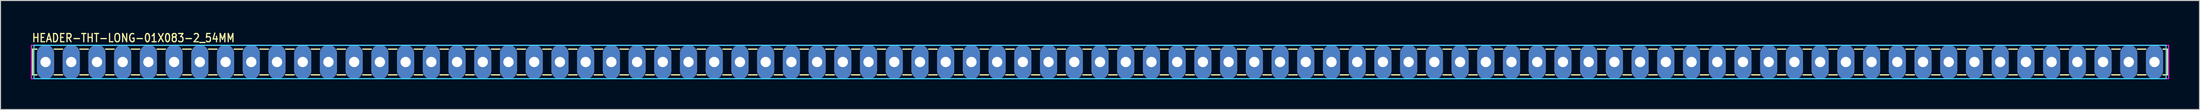
<source format=kicad_pcb>
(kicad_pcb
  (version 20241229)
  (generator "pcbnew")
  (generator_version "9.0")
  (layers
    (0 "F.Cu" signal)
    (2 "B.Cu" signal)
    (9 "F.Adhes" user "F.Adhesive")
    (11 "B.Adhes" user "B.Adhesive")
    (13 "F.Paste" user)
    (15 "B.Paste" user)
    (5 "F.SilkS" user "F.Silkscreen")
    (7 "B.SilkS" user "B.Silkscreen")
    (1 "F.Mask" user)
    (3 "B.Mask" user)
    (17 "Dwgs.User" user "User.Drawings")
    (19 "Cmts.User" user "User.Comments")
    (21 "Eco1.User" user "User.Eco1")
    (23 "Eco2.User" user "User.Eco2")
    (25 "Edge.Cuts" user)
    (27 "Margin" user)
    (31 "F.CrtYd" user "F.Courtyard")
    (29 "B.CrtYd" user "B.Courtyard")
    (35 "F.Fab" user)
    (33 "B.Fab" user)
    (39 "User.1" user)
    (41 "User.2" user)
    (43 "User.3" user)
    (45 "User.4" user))
  (footprint "HEADER-THT-LONG-01X083-2_54MM"
    (layer "F.Cu")
    (at 1.447 3.079)
    (property "Reference" "HEADER-THT-LONG-01X083-2_54MM" (at -1.4 -1.9 0) (unlocked yes) (layer "F.SilkS") (effects (font (size 0.813 0.695) (thickness 0.122)) (justify left bottom)))
    (fp_line (start -1.27 -1.27) (end -1.27 1.27) (stroke (width 0.127) (type solid)) (layer "F.SilkS"))
    (fp_line (start -1.27 1.27) (end -0.85 1.27) (stroke (width 0.127) (type solid)) (layer "F.SilkS"))
    (fp_line (start -0.85 -1.27) (end -1.27 -1.27) (stroke (width 0.127) (type solid)) (layer "F.SilkS"))
    (fp_line (start 0.85 -1.27) (end 1.69 -1.27) (stroke (width 0.127) (type solid)) (layer "F.SilkS"))
    (fp_line (start 0.85 1.27) (end 1.69 1.27) (stroke (width 0.127) (type solid)) (layer "F.SilkS"))
    (fp_line (start 3.39 -1.27) (end 4.23 -1.27) (stroke (width 0.127) (type solid)) (layer "F.SilkS"))
    (fp_line (start 3.39 1.27) (end 4.23 1.27) (stroke (width 0.127) (type solid)) (layer "F.SilkS"))
    (fp_line (start 5.93 -1.27) (end 6.77 -1.27) (stroke (width 0.127) (type solid)) (layer "F.SilkS"))
    (fp_line (start 5.93 1.27) (end 6.77 1.27) (stroke (width 0.127) (type solid)) (layer "F.SilkS"))
    (fp_line (start 8.47 -1.27) (end 9.31 -1.27) (stroke (width 0.127) (type solid)) (layer "F.SilkS"))
    (fp_line (start 8.47 1.27) (end 9.31 1.27) (stroke (width 0.127) (type solid)) (layer "F.SilkS"))
    (fp_line (start 11.01 -1.27) (end 11.85 -1.27) (stroke (width 0.127) (type solid)) (layer "F.SilkS"))
    (fp_line (start 11.01 1.27) (end 11.85 1.27) (stroke (width 0.127) (type solid)) (layer "F.SilkS"))
    (fp_line (start 13.55 -1.27) (end 14.39 -1.27) (stroke (width 0.127) (type solid)) (layer "F.SilkS"))
    (fp_line (start 13.55 1.27) (end 14.39 1.27) (stroke (width 0.127) (type solid)) (layer "F.SilkS"))
    (fp_line (start 16.09 -1.27) (end 16.93 -1.27) (stroke (width 0.127) (type solid)) (layer "F.SilkS"))
    (fp_line (start 16.09 1.27) (end 16.93 1.27) (stroke (width 0.127) (type solid)) (layer "F.SilkS"))
    (fp_line (start 18.63 -1.27) (end 19.47 -1.27) (stroke (width 0.127) (type solid)) (layer "F.SilkS"))
    (fp_line (start 18.63 1.27) (end 19.47 1.27) (stroke (width 0.127) (type solid)) (layer "F.SilkS"))
    (fp_line (start 21.17 -1.27) (end 22.01 -1.27) (stroke (width 0.127) (type solid)) (layer "F.SilkS"))
    (fp_line (start 21.17 1.27) (end 22.01 1.27) (stroke (width 0.127) (type solid)) (layer "F.SilkS"))
    (fp_line (start 23.71 -1.27) (end 24.55 -1.27) (stroke (width 0.127) (type solid)) (layer "F.SilkS"))
    (fp_line (start 23.71 1.27) (end 24.55 1.27) (stroke (width 0.127) (type solid)) (layer "F.SilkS"))
    (fp_line (start 26.25 -1.27) (end 27.09 -1.27) (stroke (width 0.127) (type solid)) (layer "F.SilkS"))
    (fp_line (start 26.25 1.27) (end 27.09 1.27) (stroke (width 0.127) (type solid)) (layer "F.SilkS"))
    (fp_line (start 28.79 -1.27) (end 29.63 -1.27) (stroke (width 0.127) (type solid)) (layer "F.SilkS"))
    (fp_line (start 28.79 1.27) (end 29.63 1.27) (stroke (width 0.127) (type solid)) (layer "F.SilkS"))
    (fp_line (start 31.33 -1.27) (end 32.17 -1.27) (stroke (width 0.127) (type solid)) (layer "F.SilkS"))
    (fp_line (start 31.33 1.27) (end 32.17 1.27) (stroke (width 0.127) (type solid)) (layer "F.SilkS"))
    (fp_line (start 33.87 -1.27) (end 34.71 -1.27) (stroke (width 0.127) (type solid)) (layer "F.SilkS"))
    (fp_line (start 33.87 1.27) (end 34.71 1.27) (stroke (width 0.127) (type solid)) (layer "F.SilkS"))
    (fp_line (start 36.41 -1.27) (end 37.25 -1.27) (stroke (width 0.127) (type solid)) (layer "F.SilkS"))
    (fp_line (start 36.41 1.27) (end 37.25 1.27) (stroke (width 0.127) (type solid)) (layer "F.SilkS"))
    (fp_line (start 38.95 -1.27) (end 39.79 -1.27) (stroke (width 0.127) (type solid)) (layer "F.SilkS"))
    (fp_line (start 38.95 1.27) (end 39.79 1.27) (stroke (width 0.127) (type solid)) (layer "F.SilkS"))
    (fp_line (start 41.49 -1.27) (end 42.33 -1.27) (stroke (width 0.127) (type solid)) (layer "F.SilkS"))
    (fp_line (start 41.49 1.27) (end 42.33 1.27) (stroke (width 0.127) (type solid)) (layer "F.SilkS"))
    (fp_line (start 44.03 -1.27) (end 44.87 -1.27) (stroke (width 0.127) (type solid)) (layer "F.SilkS"))
    (fp_line (start 44.03 1.27) (end 44.87 1.27) (stroke (width 0.127) (type solid)) (layer "F.SilkS"))
    (fp_line (start 46.57 -1.27) (end 47.41 -1.27) (stroke (width 0.127) (type solid)) (layer "F.SilkS"))
    (fp_line (start 46.57 1.27) (end 47.41 1.27) (stroke (width 0.127) (type solid)) (layer "F.SilkS"))
    (fp_line (start 49.11 -1.27) (end 49.95 -1.27) (stroke (width 0.127) (type solid)) (layer "F.SilkS"))
    (fp_line (start 49.11 1.27) (end 49.95 1.27) (stroke (width 0.127) (type solid)) (layer "F.SilkS"))
    (fp_line (start 51.65 -1.27) (end 52.49 -1.27) (stroke (width 0.127) (type solid)) (layer "F.SilkS"))
    (fp_line (start 51.65 1.27) (end 52.49 1.27) (stroke (width 0.127) (type solid)) (layer "F.SilkS"))
    (fp_line (start 54.19 -1.27) (end 55.03 -1.27) (stroke (width 0.127) (type solid)) (layer "F.SilkS"))
    (fp_line (start 54.19 1.27) (end 55.03 1.27) (stroke (width 0.127) (type solid)) (layer "F.SilkS"))
    (fp_line (start 56.73 -1.27) (end 57.57 -1.27) (stroke (width 0.127) (type solid)) (layer "F.SilkS"))
    (fp_line (start 56.73 1.27) (end 57.57 1.27) (stroke (width 0.127) (type solid)) (layer "F.SilkS"))
    (fp_line (start 59.27 -1.27) (end 60.11 -1.27) (stroke (width 0.127) (type solid)) (layer "F.SilkS"))
    (fp_line (start 59.27 1.27) (end 60.11 1.27) (stroke (width 0.127) (type solid)) (layer "F.SilkS"))
    (fp_line (start 61.81 -1.27) (end 62.65 -1.27) (stroke (width 0.127) (type solid)) (layer "F.SilkS"))
    (fp_line (start 61.81 1.27) (end 62.65 1.27) (stroke (width 0.127) (type solid)) (layer "F.SilkS"))
    (fp_line (start 64.35 -1.27) (end 65.19 -1.27) (stroke (width 0.127) (type solid)) (layer "F.SilkS"))
    (fp_line (start 64.35 1.27) (end 65.19 1.27) (stroke (width 0.127) (type solid)) (layer "F.SilkS"))
    (fp_line (start 66.89 -1.27) (end 67.73 -1.27) (stroke (width 0.127) (type solid)) (layer "F.SilkS"))
    (fp_line (start 66.89 1.27) (end 67.73 1.27) (stroke (width 0.127) (type solid)) (layer "F.SilkS"))
    (fp_line (start 69.43 -1.27) (end 70.27 -1.27) (stroke (width 0.127) (type solid)) (layer "F.SilkS"))
    (fp_line (start 69.43 1.27) (end 70.27 1.27) (stroke (width 0.127) (type solid)) (layer "F.SilkS"))
    (fp_line (start 71.97 -1.27) (end 72.81 -1.27) (stroke (width 0.127) (type solid)) (layer "F.SilkS"))
    (fp_line (start 71.97 1.27) (end 72.81 1.27) (stroke (width 0.127) (type solid)) (layer "F.SilkS"))
    (fp_line (start 74.51 -1.27) (end 75.35 -1.27) (stroke (width 0.127) (type solid)) (layer "F.SilkS"))
    (fp_line (start 74.51 1.27) (end 75.35 1.27) (stroke (width 0.127) (type solid)) (layer "F.SilkS"))
    (fp_line (start 77.05 -1.27) (end 77.89 -1.27) (stroke (width 0.127) (type solid)) (layer "F.SilkS"))
    (fp_line (start 77.05 1.27) (end 77.89 1.27) (stroke (width 0.127) (type solid)) (layer "F.SilkS"))
    (fp_line (start 79.59 -1.27) (end 80.43 -1.27) (stroke (width 0.127) (type solid)) (layer "F.SilkS"))
    (fp_line (start 79.59 1.27) (end 80.43 1.27) (stroke (width 0.127) (type solid)) (layer "F.SilkS"))
    (fp_line (start 82.13 -1.27) (end 82.97 -1.27) (stroke (width 0.127) (type solid)) (layer "F.SilkS"))
    (fp_line (start 82.13 1.27) (end 82.97 1.27) (stroke (width 0.127) (type solid)) (layer "F.SilkS"))
    (fp_line (start 84.67 -1.27) (end 85.51 -1.27) (stroke (width 0.127) (type solid)) (layer "F.SilkS"))
    (fp_line (start 84.67 1.27) (end 85.51 1.27) (stroke (width 0.127) (type solid)) (layer "F.SilkS"))
    (fp_line (start 87.21 -1.27) (end 88.05 -1.27) (stroke (width 0.127) (type solid)) (layer "F.SilkS"))
    (fp_line (start 87.21 1.27) (end 88.05 1.27) (stroke (width 0.127) (type solid)) (layer "F.SilkS"))
    (fp_line (start 89.75 -1.27) (end 90.59 -1.27) (stroke (width 0.127) (type solid)) (layer "F.SilkS"))
    (fp_line (start 89.75 1.27) (end 90.59 1.27) (stroke (width 0.127) (type solid)) (layer "F.SilkS"))
    (fp_line (start 92.29 -1.27) (end 93.13 -1.27) (stroke (width 0.127) (type solid)) (layer "F.SilkS"))
    (fp_line (start 92.29 1.27) (end 93.13 1.27) (stroke (width 0.127) (type solid)) (layer "F.SilkS"))
    (fp_line (start 94.83 -1.27) (end 95.67 -1.27) (stroke (width 0.127) (type solid)) (layer "F.SilkS"))
    (fp_line (start 94.83 1.27) (end 95.67 1.27) (stroke (width 0.127) (type solid)) (layer "F.SilkS"))
    (fp_line (start 97.37 -1.27) (end 98.21 -1.27) (stroke (width 0.127) (type solid)) (layer "F.SilkS"))
    (fp_line (start 97.37 1.27) (end 98.21 1.27) (stroke (width 0.127) (type solid)) (layer "F.SilkS"))
    (fp_line (start 99.91 -1.27) (end 100.75 -1.27) (stroke (width 0.127) (type solid)) (layer "F.SilkS"))
    (fp_line (start 99.91 1.27) (end 100.75 1.27) (stroke (width 0.127) (type solid)) (layer "F.SilkS"))
    (fp_line (start 102.45 -1.27) (end 103.29 -1.27) (stroke (width 0.127) (type solid)) (layer "F.SilkS"))
    (fp_line (start 102.45 1.27) (end 103.29 1.27) (stroke (width 0.127) (type solid)) (layer "F.SilkS"))
    (fp_line (start 104.99 -1.27) (end 105.83 -1.27) (stroke (width 0.127) (type solid)) (layer "F.SilkS"))
    (fp_line (start 104.99 1.27) (end 105.83 1.27) (stroke (width 0.127) (type solid)) (layer "F.SilkS"))
    (fp_line (start 107.53 -1.27) (end 108.37 -1.27) (stroke (width 0.127) (type solid)) (layer "F.SilkS"))
    (fp_line (start 107.53 1.27) (end 108.37 1.27) (stroke (width 0.127) (type solid)) (layer "F.SilkS"))
    (fp_line (start 110.07 -1.27) (end 110.91 -1.27) (stroke (width 0.127) (type solid)) (layer "F.SilkS"))
    (fp_line (start 110.07 1.27) (end 110.91 1.27) (stroke (width 0.127) (type solid)) (layer "F.SilkS"))
    (fp_line (start 112.61 -1.27) (end 113.45 -1.27) (stroke (width 0.127) (type solid)) (layer "F.SilkS"))
    (fp_line (start 112.61 1.27) (end 113.45 1.27) (stroke (width 0.127) (type solid)) (layer "F.SilkS"))
    (fp_line (start 115.15 -1.27) (end 115.99 -1.27) (stroke (width 0.127) (type solid)) (layer "F.SilkS"))
    (fp_line (start 115.15 1.27) (end 115.99 1.27) (stroke (width 0.127) (type solid)) (layer "F.SilkS"))
    (fp_line (start 117.69 -1.27) (end 118.53 -1.27) (stroke (width 0.127) (type solid)) (layer "F.SilkS"))
    (fp_line (start 117.69 1.27) (end 118.53 1.27) (stroke (width 0.127) (type solid)) (layer "F.SilkS"))
    (fp_line (start 120.23 -1.27) (end 121.07 -1.27) (stroke (width 0.127) (type solid)) (layer "F.SilkS"))
    (fp_line (start 120.23 1.27) (end 121.07 1.27) (stroke (width 0.127) (type solid)) (layer "F.SilkS"))
    (fp_line (start 122.77 -1.27) (end 123.61 -1.27) (stroke (width 0.127) (type solid)) (layer "F.SilkS"))
    (fp_line (start 122.77 1.27) (end 123.61 1.27) (stroke (width 0.127) (type solid)) (layer "F.SilkS"))
    (fp_line (start 125.31 -1.27) (end 126.15 -1.27) (stroke (width 0.127) (type solid)) (layer "F.SilkS"))
    (fp_line (start 125.31 1.27) (end 126.15 1.27) (stroke (width 0.127) (type solid)) (layer "F.SilkS"))
    (fp_line (start 127.85 -1.27) (end 128.69 -1.27) (stroke (width 0.127) (type solid)) (layer "F.SilkS"))
    (fp_line (start 127.85 1.27) (end 128.69 1.27) (stroke (width 0.127) (type solid)) (layer "F.SilkS"))
    (fp_line (start 130.39 -1.27) (end 131.23 -1.27) (stroke (width 0.127) (type solid)) (layer "F.SilkS"))
    (fp_line (start 130.39 1.27) (end 131.23 1.27) (stroke (width 0.127) (type solid)) (layer "F.SilkS"))
    (fp_line (start 132.93 -1.27) (end 133.77 -1.27) (stroke (width 0.127) (type solid)) (layer "F.SilkS"))
    (fp_line (start 132.93 1.27) (end 133.77 1.27) (stroke (width 0.127) (type solid)) (layer "F.SilkS"))
    (fp_line (start 135.47 -1.27) (end 136.31 -1.27) (stroke (width 0.127) (type solid)) (layer "F.SilkS"))
    (fp_line (start 135.47 1.27) (end 136.31 1.27) (stroke (width 0.127) (type solid)) (layer "F.SilkS"))
    (fp_line (start 138.01 -1.27) (end 138.85 -1.27) (stroke (width 0.127) (type solid)) (layer "F.SilkS"))
    (fp_line (start 138.01 1.27) (end 138.85 1.27) (stroke (width 0.127) (type solid)) (layer "F.SilkS"))
    (fp_line (start 140.55 -1.27) (end 141.39 -1.27) (stroke (width 0.127) (type solid)) (layer "F.SilkS"))
    (fp_line (start 140.55 1.27) (end 141.39 1.27) (stroke (width 0.127) (type solid)) (layer "F.SilkS"))
    (fp_line (start 143.09 -1.27) (end 143.93 -1.27) (stroke (width 0.127) (type solid)) (layer "F.SilkS"))
    (fp_line (start 143.09 1.27) (end 143.93 1.27) (stroke (width 0.127) (type solid)) (layer "F.SilkS"))
    (fp_line (start 145.63 -1.27) (end 146.47 -1.27) (stroke (width 0.127) (type solid)) (layer "F.SilkS"))
    (fp_line (start 145.63 1.27) (end 146.47 1.27) (stroke (width 0.127) (type solid)) (layer "F.SilkS"))
    (fp_line (start 148.17 -1.27) (end 149.01 -1.27) (stroke (width 0.127) (type solid)) (layer "F.SilkS"))
    (fp_line (start 148.17 1.27) (end 149.01 1.27) (stroke (width 0.127) (type solid)) (layer "F.SilkS"))
    (fp_line (start 150.71 -1.27) (end 151.55 -1.27) (stroke (width 0.127) (type solid)) (layer "F.SilkS"))
    (fp_line (start 150.71 1.27) (end 151.55 1.27) (stroke (width 0.127) (type solid)) (layer "F.SilkS"))
    (fp_line (start 153.25 -1.27) (end 154.09 -1.27) (stroke (width 0.127) (type solid)) (layer "F.SilkS"))
    (fp_line (start 153.25 1.27) (end 154.09 1.27) (stroke (width 0.127) (type solid)) (layer "F.SilkS"))
    (fp_line (start 155.79 -1.27) (end 156.63 -1.27) (stroke (width 0.127) (type solid)) (layer "F.SilkS"))
    (fp_line (start 155.79 1.27) (end 156.63 1.27) (stroke (width 0.127) (type solid)) (layer "F.SilkS"))
    (fp_line (start 158.33 -1.27) (end 159.17 -1.27) (stroke (width 0.127) (type solid)) (layer "F.SilkS"))
    (fp_line (start 158.33 1.27) (end 159.17 1.27) (stroke (width 0.127) (type solid)) (layer "F.SilkS"))
    (fp_line (start 160.87 -1.27) (end 161.71 -1.27) (stroke (width 0.127) (type solid)) (layer "F.SilkS"))
    (fp_line (start 160.87 1.27) (end 161.71 1.27) (stroke (width 0.127) (type solid)) (layer "F.SilkS"))
    (fp_line (start 163.41 -1.27) (end 164.25 -1.27) (stroke (width 0.127) (type solid)) (layer "F.SilkS"))
    (fp_line (start 163.41 1.27) (end 164.25 1.27) (stroke (width 0.127) (type solid)) (layer "F.SilkS"))
    (fp_line (start 165.95 -1.27) (end 166.79 -1.27) (stroke (width 0.127) (type solid)) (layer "F.SilkS"))
    (fp_line (start 165.95 1.27) (end 166.79 1.27) (stroke (width 0.127) (type solid)) (layer "F.SilkS"))
    (fp_line (start 168.49 -1.27) (end 169.33 -1.27) (stroke (width 0.127) (type solid)) (layer "F.SilkS"))
    (fp_line (start 168.49 1.27) (end 169.33 1.27) (stroke (width 0.127) (type solid)) (layer "F.SilkS"))
    (fp_line (start 171.03 -1.27) (end 171.87 -1.27) (stroke (width 0.127) (type solid)) (layer "F.SilkS"))
    (fp_line (start 171.03 1.27) (end 171.87 1.27) (stroke (width 0.127) (type solid)) (layer "F.SilkS"))
    (fp_line (start 173.57 -1.27) (end 174.41 -1.27) (stroke (width 0.127) (type solid)) (layer "F.SilkS"))
    (fp_line (start 173.57 1.27) (end 174.41 1.27) (stroke (width 0.127) (type solid)) (layer "F.SilkS"))
    (fp_line (start 176.11 -1.27) (end 176.95 -1.27) (stroke (width 0.127) (type solid)) (layer "F.SilkS"))
    (fp_line (start 176.11 1.27) (end 176.95 1.27) (stroke (width 0.127) (type solid)) (layer "F.SilkS"))
    (fp_line (start 178.65 -1.27) (end 179.49 -1.27) (stroke (width 0.127) (type solid)) (layer "F.SilkS"))
    (fp_line (start 178.65 1.27) (end 179.49 1.27) (stroke (width 0.127) (type solid)) (layer "F.SilkS"))
    (fp_line (start 181.19 -1.27) (end 182.03 -1.27) (stroke (width 0.127) (type solid)) (layer "F.SilkS"))
    (fp_line (start 181.19 1.27) (end 182.03 1.27) (stroke (width 0.127) (type solid)) (layer "F.SilkS"))
    (fp_line (start 183.73 -1.27) (end 184.57 -1.27) (stroke (width 0.127) (type solid)) (layer "F.SilkS"))
    (fp_line (start 183.73 1.27) (end 184.57 1.27) (stroke (width 0.127) (type solid)) (layer "F.SilkS"))
    (fp_line (start 186.27 -1.27) (end 187.11 -1.27) (stroke (width 0.127) (type solid)) (layer "F.SilkS"))
    (fp_line (start 186.27 1.27) (end 187.11 1.27) (stroke (width 0.127) (type solid)) (layer "F.SilkS"))
    (fp_line (start 188.81 -1.27) (end 189.65 -1.27) (stroke (width 0.127) (type solid)) (layer "F.SilkS"))
    (fp_line (start 188.81 1.27) (end 189.65 1.27) (stroke (width 0.127) (type solid)) (layer "F.SilkS"))
    (fp_line (start 191.35 -1.27) (end 192.19 -1.27) (stroke (width 0.127) (type solid)) (layer "F.SilkS"))
    (fp_line (start 191.35 1.27) (end 192.19 1.27) (stroke (width 0.127) (type solid)) (layer "F.SilkS"))
    (fp_line (start 193.89 -1.27) (end 194.73 -1.27) (stroke (width 0.127) (type solid)) (layer "F.SilkS"))
    (fp_line (start 193.89 1.27) (end 194.73 1.27) (stroke (width 0.127) (type solid)) (layer "F.SilkS"))
    (fp_line (start 196.43 -1.27) (end 197.27 -1.27) (stroke (width 0.127) (type solid)) (layer "F.SilkS"))
    (fp_line (start 196.43 1.27) (end 197.27 1.27) (stroke (width 0.127) (type solid)) (layer "F.SilkS"))
    (fp_line (start 198.97 -1.27) (end 199.81 -1.27) (stroke (width 0.127) (type solid)) (layer "F.SilkS"))
    (fp_line (start 198.97 1.27) (end 199.81 1.27) (stroke (width 0.127) (type solid)) (layer "F.SilkS"))
    (fp_line (start 201.51 -1.27) (end 202.35 -1.27) (stroke (width 0.127) (type solid)) (layer "F.SilkS"))
    (fp_line (start 201.51 1.27) (end 202.35 1.27) (stroke (width 0.127) (type solid)) (layer "F.SilkS"))
    (fp_line (start 204.05 -1.27) (end 204.89 -1.27) (stroke (width 0.127) (type solid)) (layer "F.SilkS"))
    (fp_line (start 204.05 1.27) (end 204.89 1.27) (stroke (width 0.127) (type solid)) (layer "F.SilkS"))
    (fp_line (start 206.59 -1.27) (end 207.43 -1.27) (stroke (width 0.127) (type solid)) (layer "F.SilkS"))
    (fp_line (start 206.59 1.27) (end 207.43 1.27) (stroke (width 0.127) (type solid)) (layer "F.SilkS"))
    (fp_line (start 209.13 -1.27) (end 209.55 -1.27) (stroke (width 0.127) (type solid)) (layer "F.SilkS"))
    (fp_line (start 209.55 -1.27) (end 209.55 1.27) (stroke (width 0.127) (type solid)) (layer "F.SilkS"))
    (fp_line (start 209.55 1.27) (end 209.13 1.27) (stroke (width 0.127) (type solid)) (layer "F.SilkS"))
    (fp_poly (pts (xy -1.143 -1.651) (xy 209.423 -1.651) (xy 209.423 1.651) (xy -1.143 1.651)) (stroke (width 0.1) (type solid)) (fill no) (layer "B.CrtYd"))
    (fp_poly (pts (xy -1.397 -1.651) (xy 209.677 -1.651) (xy 209.677 1.651) (xy -1.397 1.651)) (stroke (width 0.1) (type solid)) (fill no) (layer "F.CrtYd"))
    (pad "P$1" thru_hole oval (at 0 0 90) (size 3.387 1.693) (drill 1.016) (layers "*.Cu" "*.Mask"))
    (pad "P$2" thru_hole oval (at 2.54 0 90) (size 3.387 1.693) (drill 1.016) (layers "*.Cu" "*.Mask"))
    (pad "P$3" thru_hole oval (at 5.08 0 90) (size 3.387 1.693) (drill 1.016) (layers "*.Cu" "*.Mask"))
    (pad "P$4" thru_hole oval (at 7.62 0 90) (size 3.387 1.693) (drill 1.016) (layers "*.Cu" "*.Mask"))
    (pad "P$5" thru_hole oval (at 10.16 0 90) (size 3.387 1.693) (drill 1.016) (layers "*.Cu" "*.Mask"))
    (pad "P$6" thru_hole oval (at 12.7 0 90) (size 3.387 1.693) (drill 1.016) (layers "*.Cu" "*.Mask"))
    (pad "P$7" thru_hole oval (at 15.24 0 90) (size 3.387 1.693) (drill 1.016) (layers "*.Cu" "*.Mask"))
    (pad "P$8" thru_hole oval (at 17.78 0 90) (size 3.387 1.693) (drill 1.016) (layers "*.Cu" "*.Mask"))
    (pad "P$9" thru_hole oval (at 20.32 0 90) (size 3.387 1.693) (drill 1.016) (layers "*.Cu" "*.Mask"))
    (pad "P$10" thru_hole oval (at 22.86 0 90) (size 3.387 1.693) (drill 1.016) (layers "*.Cu" "*.Mask"))
    (pad "P$11" thru_hole oval (at 25.4 0 90) (size 3.387 1.693) (drill 1.016) (layers "*.Cu" "*.Mask"))
    (pad "P$12" thru_hole oval (at 27.94 0 90) (size 3.387 1.693) (drill 1.016) (layers "*.Cu" "*.Mask"))
    (pad "P$13" thru_hole oval (at 30.48 0 90) (size 3.387 1.693) (drill 1.016) (layers "*.Cu" "*.Mask"))
    (pad "P$14" thru_hole oval (at 33.02 0 90) (size 3.387 1.693) (drill 1.016) (layers "*.Cu" "*.Mask"))
    (pad "P$15" thru_hole oval (at 35.56 0 90) (size 3.387 1.693) (drill 1.016) (layers "*.Cu" "*.Mask"))
    (pad "P$16" thru_hole oval (at 38.1 0 90) (size 3.387 1.693) (drill 1.016) (layers "*.Cu" "*.Mask"))
    (pad "P$17" thru_hole oval (at 40.64 0 90) (size 3.387 1.693) (drill 1.016) (layers "*.Cu" "*.Mask"))
    (pad "P$18" thru_hole oval (at 43.18 0 90) (size 3.387 1.693) (drill 1.016) (layers "*.Cu" "*.Mask"))
    (pad "P$19" thru_hole oval (at 45.72 0 90) (size 3.387 1.693) (drill 1.016) (layers "*.Cu" "*.Mask"))
    (pad "P$20" thru_hole oval (at 48.26 0 90) (size 3.387 1.693) (drill 1.016) (layers "*.Cu" "*.Mask"))
    (pad "P$21" thru_hole oval (at 50.8 0 90) (size 3.387 1.693) (drill 1.016) (layers "*.Cu" "*.Mask"))
    (pad "P$22" thru_hole oval (at 53.34 0 90) (size 3.387 1.693) (drill 1.016) (layers "*.Cu" "*.Mask"))
    (pad "P$23" thru_hole oval (at 55.88 0 90) (size 3.387 1.693) (drill 1.016) (layers "*.Cu" "*.Mask"))
    (pad "P$24" thru_hole oval (at 58.42 0 90) (size 3.387 1.693) (drill 1.016) (layers "*.Cu" "*.Mask"))
    (pad "P$25" thru_hole oval (at 60.96 0 90) (size 3.387 1.693) (drill 1.016) (layers "*.Cu" "*.Mask"))
    (pad "P$26" thru_hole oval (at 63.5 0 90) (size 3.387 1.693) (drill 1.016) (layers "*.Cu" "*.Mask"))
    (pad "P$27" thru_hole oval (at 66.04 0 90) (size 3.387 1.693) (drill 1.016) (layers "*.Cu" "*.Mask"))
    (pad "P$28" thru_hole oval (at 68.58 0 90) (size 3.387 1.693) (drill 1.016) (layers "*.Cu" "*.Mask"))
    (pad "P$29" thru_hole oval (at 71.12 0 90) (size 3.387 1.693) (drill 1.016) (layers "*.Cu" "*.Mask"))
    (pad "P$30" thru_hole oval (at 73.66 0 90) (size 3.387 1.693) (drill 1.016) (layers "*.Cu" "*.Mask"))
    (pad "P$31" thru_hole oval (at 76.2 0 90) (size 3.387 1.693) (drill 1.016) (layers "*.Cu" "*.Mask"))
    (pad "P$32" thru_hole oval (at 78.74 0 90) (size 3.387 1.693) (drill 1.016) (layers "*.Cu" "*.Mask"))
    (pad "P$33" thru_hole oval (at 81.28 0 90) (size 3.387 1.693) (drill 1.016) (layers "*.Cu" "*.Mask"))
    (pad "P$34" thru_hole oval (at 83.82 0 90) (size 3.387 1.693) (drill 1.016) (layers "*.Cu" "*.Mask"))
    (pad "P$35" thru_hole oval (at 86.36 0 90) (size 3.387 1.693) (drill 1.016) (layers "*.Cu" "*.Mask"))
    (pad "P$36" thru_hole oval (at 88.9 0 90) (size 3.387 1.693) (drill 1.016) (layers "*.Cu" "*.Mask"))
    (pad "P$37" thru_hole oval (at 91.44 0 90) (size 3.387 1.693) (drill 1.016) (layers "*.Cu" "*.Mask"))
    (pad "P$38" thru_hole oval (at 93.98 0 90) (size 3.387 1.693) (drill 1.016) (layers "*.Cu" "*.Mask"))
    (pad "P$39" thru_hole oval (at 96.52 0 90) (size 3.387 1.693) (drill 1.016) (layers "*.Cu" "*.Mask"))
    (pad "P$40" thru_hole oval (at 99.06 0 90) (size 3.387 1.693) (drill 1.016) (layers "*.Cu" "*.Mask"))
    (pad "P$41" thru_hole oval (at 101.6 0 90) (size 3.387 1.693) (drill 1.016) (layers "*.Cu" "*.Mask"))
    (pad "P$42" thru_hole oval (at 104.14 0 90) (size 3.387 1.693) (drill 1.016) (layers "*.Cu" "*.Mask"))
    (pad "P$43" thru_hole oval (at 106.68 0 90) (size 3.387 1.693) (drill 1.016) (layers "*.Cu" "*.Mask"))
    (pad "P$44" thru_hole oval (at 109.22 0 90) (size 3.387 1.693) (drill 1.016) (layers "*.Cu" "*.Mask"))
    (pad "P$45" thru_hole oval (at 111.76 0 90) (size 3.387 1.693) (drill 1.016) (layers "*.Cu" "*.Mask"))
    (pad "P$46" thru_hole oval (at 114.3 0 90) (size 3.387 1.693) (drill 1.016) (layers "*.Cu" "*.Mask"))
    (pad "P$47" thru_hole oval (at 116.84 0 90) (size 3.387 1.693) (drill 1.016) (layers "*.Cu" "*.Mask"))
    (pad "P$48" thru_hole oval (at 119.38 0 90) (size 3.387 1.693) (drill 1.016) (layers "*.Cu" "*.Mask"))
    (pad "P$49" thru_hole oval (at 121.92 0 90) (size 3.387 1.693) (drill 1.016) (layers "*.Cu" "*.Mask"))
    (pad "P$50" thru_hole oval (at 124.46 0 90) (size 3.387 1.693) (drill 1.016) (layers "*.Cu" "*.Mask"))
    (pad "P$51" thru_hole oval (at 127 0 90) (size 3.387 1.693) (drill 1.016) (layers "*.Cu" "*.Mask"))
    (pad "P$52" thru_hole oval (at 129.54 0 90) (size 3.387 1.693) (drill 1.016) (layers "*.Cu" "*.Mask"))
    (pad "P$53" thru_hole oval (at 132.08 0 90) (size 3.387 1.693) (drill 1.016) (layers "*.Cu" "*.Mask"))
    (pad "P$54" thru_hole oval (at 134.62 0 90) (size 3.387 1.693) (drill 1.016) (layers "*.Cu" "*.Mask"))
    (pad "P$55" thru_hole oval (at 137.16 0 90) (size 3.387 1.693) (drill 1.016) (layers "*.Cu" "*.Mask"))
    (pad "P$56" thru_hole oval (at 139.7 0 90) (size 3.387 1.693) (drill 1.016) (layers "*.Cu" "*.Mask"))
    (pad "P$57" thru_hole oval (at 142.24 0 90) (size 3.387 1.693) (drill 1.016) (layers "*.Cu" "*.Mask"))
    (pad "P$58" thru_hole oval (at 144.78 0 90) (size 3.387 1.693) (drill 1.016) (layers "*.Cu" "*.Mask"))
    (pad "P$59" thru_hole oval (at 147.32 0 90) (size 3.387 1.693) (drill 1.016) (layers "*.Cu" "*.Mask"))
    (pad "P$60" thru_hole oval (at 149.86 0 90) (size 3.387 1.693) (drill 1.016) (layers "*.Cu" "*.Mask"))
    (pad "P$61" thru_hole oval (at 152.4 0 90) (size 3.387 1.693) (drill 1.016) (layers "*.Cu" "*.Mask"))
    (pad "P$62" thru_hole oval (at 154.94 0 90) (size 3.387 1.693) (drill 1.016) (layers "*.Cu" "*.Mask"))
    (pad "P$63" thru_hole oval (at 157.48 0 90) (size 3.387 1.693) (drill 1.016) (layers "*.Cu" "*.Mask"))
    (pad "P$64" thru_hole oval (at 160.02 0 90) (size 3.387 1.693) (drill 1.016) (layers "*.Cu" "*.Mask"))
    (pad "P$65" thru_hole oval (at 162.56 0 90) (size 3.387 1.693) (drill 1.016) (layers "*.Cu" "*.Mask"))
    (pad "P$66" thru_hole oval (at 165.1 0 90) (size 3.387 1.693) (drill 1.016) (layers "*.Cu" "*.Mask"))
    (pad "P$67" thru_hole oval (at 167.64 0 90) (size 3.387 1.693) (drill 1.016) (layers "*.Cu" "*.Mask"))
    (pad "P$68" thru_hole oval (at 170.18 0 90) (size 3.387 1.693) (drill 1.016) (layers "*.Cu" "*.Mask"))
    (pad "P$69" thru_hole oval (at 172.72 0 90) (size 3.387 1.693) (drill 1.016) (layers "*.Cu" "*.Mask"))
    (pad "P$70" thru_hole oval (at 175.26 0 90) (size 3.387 1.693) (drill 1.016) (layers "*.Cu" "*.Mask"))
    (pad "P$71" thru_hole oval (at 177.8 0 90) (size 3.387 1.693) (drill 1.016) (layers "*.Cu" "*.Mask"))
    (pad "P$72" thru_hole oval (at 180.34 0 90) (size 3.387 1.693) (drill 1.016) (layers "*.Cu" "*.Mask"))
    (pad "P$73" thru_hole oval (at 182.88 0 90) (size 3.387 1.693) (drill 1.016) (layers "*.Cu" "*.Mask"))
    (pad "P$74" thru_hole oval (at 185.42 0 90) (size 3.387 1.693) (drill 1.016) (layers "*.Cu" "*.Mask"))
    (pad "P$75" thru_hole oval (at 187.96 0 90) (size 3.387 1.693) (drill 1.016) (layers "*.Cu" "*.Mask"))
    (pad "P$76" thru_hole oval (at 190.5 0 90) (size 3.387 1.693) (drill 1.016) (layers "*.Cu" "*.Mask"))
    (pad "P$77" thru_hole oval (at 193.04 0 90) (size 3.387 1.693) (drill 1.016) (layers "*.Cu" "*.Mask"))
    (pad "P$78" thru_hole oval (at 195.58 0 90) (size 3.387 1.693) (drill 1.016) (layers "*.Cu" "*.Mask"))
    (pad "P$79" thru_hole oval (at 198.12 0 90) (size 3.387 1.693) (drill 1.016) (layers "*.Cu" "*.Mask"))
    (pad "P$80" thru_hole oval (at 200.66 0 90) (size 3.387 1.693) (drill 1.016) (layers "*.Cu" "*.Mask"))
    (pad "P$81" thru_hole oval (at 203.2 0 90) (size 3.387 1.693) (drill 1.016) (layers "*.Cu" "*.Mask"))
    (pad "P$82" thru_hole oval (at 205.74 0 90) (size 3.387 1.693) (drill 1.016) (layers "*.Cu" "*.Mask"))
    (pad "P$83" thru_hole oval (at 208.28 0 90) (size 3.387 1.693) (drill 1.016) (layers "*.Cu" "*.Mask")))
  (gr_rect
    (start -3 -3)
    (end 214.174 7.78)
    (stroke (width 0.1) (type default))
    (fill no)
    (layer "Edge.Cuts")))
</source>
